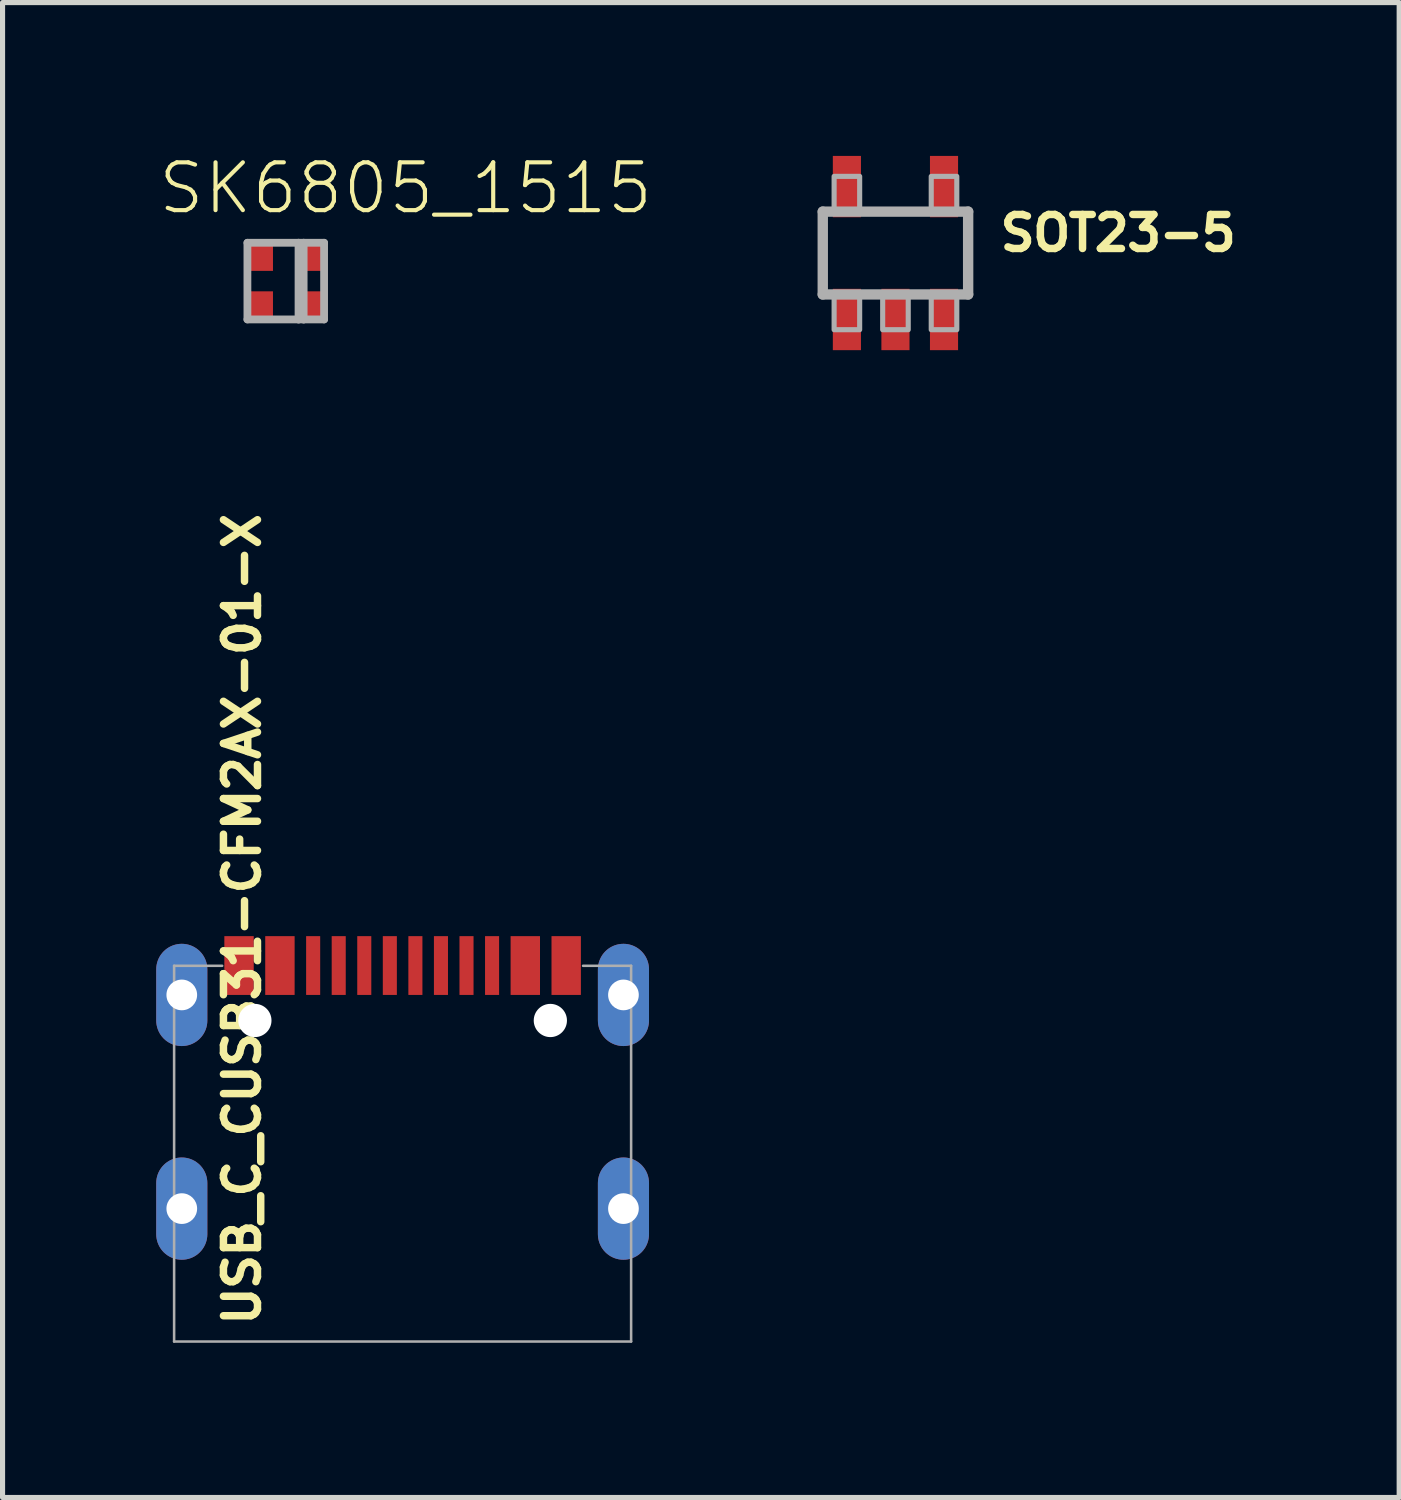
<source format=kicad_pcb>
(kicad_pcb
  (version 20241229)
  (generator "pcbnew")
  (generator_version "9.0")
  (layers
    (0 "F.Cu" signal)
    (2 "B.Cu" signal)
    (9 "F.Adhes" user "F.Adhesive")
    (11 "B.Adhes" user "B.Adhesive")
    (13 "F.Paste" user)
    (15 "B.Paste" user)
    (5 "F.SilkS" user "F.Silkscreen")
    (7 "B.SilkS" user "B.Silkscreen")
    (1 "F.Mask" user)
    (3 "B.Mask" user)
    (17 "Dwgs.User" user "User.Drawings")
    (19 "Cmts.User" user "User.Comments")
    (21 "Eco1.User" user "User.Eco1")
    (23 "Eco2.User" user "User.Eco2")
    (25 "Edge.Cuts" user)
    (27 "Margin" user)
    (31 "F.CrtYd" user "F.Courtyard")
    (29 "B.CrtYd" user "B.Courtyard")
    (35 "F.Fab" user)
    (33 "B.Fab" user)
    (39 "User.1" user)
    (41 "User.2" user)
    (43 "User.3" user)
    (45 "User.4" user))
  (footprint "SOT23-5"
    (layer "F.Cu")
    (at 14.467 1.9)
    (property "Reference" "SOT23-5" (at 1.978 0 0) (layer "F.SilkS") (effects (font (size 0.666 0.666) (thickness 0.146)) (justify left bottom)))
    (fp_line (start -1.65 -0.8) (end -1.65 0.8) (stroke (width 0.203) (type solid)) (layer "B.Paste"))
    (fp_line (start -0.4 -1.05) (end 0.4 -1.05) (stroke (width 0.203) (type solid)) (layer "B.Paste"))
    (fp_line (start 1.65 -0.8) (end 1.65 0.8) (stroke (width 0.203) (type solid)) (layer "B.Paste"))
    (fp_line (start -1.422 -0.81) (end 1.422 -0.81) (stroke (width 0.203) (type solid)) (layer "F.Fab"))
    (fp_line (start -1.422 0.81) (end -1.422 -0.81) (stroke (width 0.203) (type solid)) (layer "F.Fab"))
    (fp_line (start 1.422 -0.81) (end 1.422 0.81) (stroke (width 0.203) (type solid)) (layer "F.Fab"))
    (fp_line (start 1.422 0.81) (end -1.422 0.81) (stroke (width 0.203) (type solid)) (layer "F.Fab"))
    (fp_poly (pts (xy -1.2 -0.85) (xy -0.7 -0.85) (xy -0.7 -1.5) (xy -1.2 -1.5)) (stroke (width 0.1) (type default)) (fill no) (layer "F.Fab"))
    (fp_poly (pts (xy -1.2 1.5) (xy -0.7 1.5) (xy -0.7 0.85) (xy -1.2 0.85)) (stroke (width 0.1) (type default)) (fill no) (layer "F.Fab"))
    (fp_poly (pts (xy -0.25 1.5) (xy 0.25 1.5) (xy 0.25 0.85) (xy -0.25 0.85)) (stroke (width 0.1) (type default)) (fill no) (layer "F.Fab"))
    (fp_poly (pts (xy 0.7 -0.85) (xy 1.2 -0.85) (xy 1.2 -1.5) (xy 0.7 -1.5)) (stroke (width 0.1) (type default)) (fill no) (layer "F.Fab"))
    (fp_poly (pts (xy 0.7 1.5) (xy 1.2 1.5) (xy 1.2 0.85) (xy 0.7 0.85)) (stroke (width 0.1) (type default)) (fill no) (layer "F.Fab"))
    (pad "1" smd rect (at -0.95 1.3) (size 0.55 1.2) (layers "F.Cu" "F.Mask" "F.Paste"))
    (pad "2" smd rect (at 0 1.3) (size 0.55 1.2) (layers "F.Cu" "F.Mask" "F.Paste"))
    (pad "3" smd rect (at 0.95 1.3) (size 0.55 1.2) (layers "F.Cu" "F.Mask" "F.Paste"))
    (pad "4" smd rect (at 0.95 -1.3) (size 0.55 1.2) (layers "F.Cu" "F.Mask" "F.Paste"))
    (pad "5" smd rect (at -0.95 -1.3) (size 0.55 1.2) (layers "F.Cu" "F.Mask" "F.Paste")))
  (footprint "SK6805_1515"
    (layer "F.Cu")
    (at 2.54 2.449)
    (property "Reference" "SK6805_1515" (at -2.54 -1.27 0) (layer "F.SilkS") (effects (font (size 0.935 0.935) (thickness 0.081)) (justify left bottom)))
    (fp_line (start -0.8 -0.9) (end 0.8 -0.9) (stroke (width 0.152) (type solid)) (layer "B.Paste"))
    (fp_line (start -0.8 0.9) (end 0.8 0.9) (stroke (width 0.152) (type solid)) (layer "B.Paste"))
    (fp_line (start 0.7 0) (end 0.15 0) (stroke (width 0.152) (type solid)) (layer "B.Paste"))
    (fp_line (start -0.75 -0.75) (end 0.25 -0.75) (stroke (width 0.152) (type solid)) (layer "F.Fab"))
    (fp_line (start -0.75 0.75) (end -0.75 -0.75) (stroke (width 0.152) (type solid)) (layer "F.Fab"))
    (fp_line (start 0.25 -0.75) (end 0.25 0.75) (stroke (width 0.152) (type solid)) (layer "F.Fab"))
    (fp_line (start 0.25 0.75) (end -0.75 0.75) (stroke (width 0.152) (type solid)) (layer "F.Fab"))
    (fp_line (start 0.25 0.75) (end 0.35 0.75) (stroke (width 0.152) (type solid)) (layer "F.Fab"))
    (fp_line (start 0.35 -0.75) (end 0.25 -0.75) (stroke (width 0.152) (type solid)) (layer "F.Fab"))
    (fp_line (start 0.35 -0.75) (end 0.75 -0.75) (stroke (width 0.152) (type solid)) (layer "F.Fab"))
    (fp_line (start 0.35 0.75) (end 0.35 -0.75) (stroke (width 0.152) (type solid)) (layer "F.Fab"))
    (fp_line (start 0.75 -0.75) (end 0.75 0.75) (stroke (width 0.152) (type solid)) (layer "F.Fab"))
    (fp_line (start 0.75 0.75) (end 0.35 0.75) (stroke (width 0.152) (type solid)) (layer "F.Fab"))
    (pad "1" smd rect (at -0.5 0.45) (size 0.5 0.5) (layers "F.Cu" "F.Mask" "F.Paste"))
    (pad "2" smd rect (at 0.5 0.45) (size 0.5 0.5) (layers "F.Cu" "F.Mask" "F.Paste"))
    (pad "3" smd rect (at 0.5 -0.45) (size 0.5 0.5) (layers "F.Cu" "F.Mask" "F.Paste"))
    (pad "4" smd rect (at -0.5 -0.45) (size 0.5 0.5) (layers "F.Cu" "F.Mask" "F.Paste")))
  (footprint "USB_C_CUSB31-CFM2AX-01-X"
    (layer "F.Cu")
    (at 4.826 19.383)
    (property "Reference" "USB_C_CUSB31-CFM2AX-01-X" (at -2.75 3.56 90) (layer "F.SilkS") (effects (font (size 0.666 0.666) (thickness 0.146)) (justify left bottom)))
    (fp_poly (pts (xy -4.169 -3.939) (xy -4.034 -3.87) (xy -3.928 -3.763) (xy -3.835 -3.48) (xy -3.835 -2.464) (xy -3.859 -2.315) (xy -3.928 -2.18) (xy -4.034 -2.073) (xy -4.318 -1.981) (xy -4.449 -1.999) (xy -4.572 -2.049) (xy -4.677 -2.13) (xy -4.758 -2.235) (xy -4.826 -2.489) (xy -4.826 -3.454) (xy -4.809 -3.586) (xy -4.758 -3.708) (xy -4.677 -3.814) (xy -4.572 -3.894) (xy -4.318 -3.962)) (stroke (width 0) (type default)) (fill yes) (layer "F.Paste"))
    (fp_poly (pts (xy -4.156 0.24) (xy -4.022 0.308) (xy -3.915 0.415) (xy -3.823 0.699) (xy -3.823 1.714) (xy -3.846 1.864) (xy -3.915 1.998) (xy -4.022 2.105) (xy -4.305 2.197) (xy -4.437 2.18) (xy -4.559 2.129) (xy -4.665 2.048) (xy -4.745 1.943) (xy -4.813 1.689) (xy -4.813 0.724) (xy -4.796 0.592) (xy -4.745 0.47) (xy -4.665 0.365) (xy -4.559 0.284) (xy -4.305 0.216)) (stroke (width 0) (type default)) (fill yes) (layer "F.Paste"))
    (fp_poly (pts (xy 4.48 -3.951) (xy 4.614 -3.883) (xy 4.721 -3.776) (xy 4.813 -3.493) (xy 4.813 -2.477) (xy 4.79 -2.327) (xy 4.721 -2.193) (xy 4.614 -2.086) (xy 4.331 -1.994) (xy 4.199 -2.011) (xy 4.077 -2.062) (xy 3.971 -2.143) (xy 3.891 -2.248) (xy 3.823 -2.502) (xy 3.823 -3.467) (xy 3.84 -3.599) (xy 3.891 -3.721) (xy 3.971 -3.826) (xy 4.077 -3.907) (xy 4.331 -3.975)) (stroke (width 0) (type default)) (fill yes) (layer "F.Paste"))
    (fp_poly (pts (xy 4.48 0.24) (xy 4.614 0.308) (xy 4.721 0.415) (xy 4.813 0.699) (xy 4.813 1.714) (xy 4.79 1.864) (xy 4.721 1.998) (xy 4.614 2.105) (xy 4.331 2.197) (xy 4.199 2.18) (xy 4.077 2.129) (xy 3.971 2.048) (xy 3.891 1.943) (xy 3.823 1.689) (xy 3.823 0.724) (xy 3.84 0.592) (xy 3.891 0.47) (xy 3.971 0.365) (xy 4.077 0.284) (xy 4.331 0.216)) (stroke (width 0) (type default)) (fill yes) (layer "F.Paste"))
    (fp_line (start -4.47 -0.19) (end -4.47 -1.54) (stroke (width 0.102) (type solid)) (layer "B.Paste"))
    (fp_line (start -4.47 3.81) (end -4.47 2.46) (stroke (width 0.102) (type solid)) (layer "B.Paste"))
    (fp_line (start 4.47 -1.54) (end 4.47 -0.19) (stroke (width 0.102) (type solid)) (layer "B.Paste"))
    (fp_line (start 4.47 2.46) (end 4.47 3.81) (stroke (width 0.102) (type solid)) (layer "B.Paste"))
    (fp_line (start 4.47 3.81) (end -4.47 3.81) (stroke (width 0.102) (type solid)) (layer "B.Paste"))
    (fp_line (start -4.47 -3.54) (end -3.53 -3.54) (stroke (width 0.05) (type solid)) (layer "F.Fab"))
    (fp_line (start -4.47 3.81) (end -4.47 -3.54) (stroke (width 0.05) (type solid)) (layer "F.Fab"))
    (fp_line (start 3.53 -3.54) (end 4.47 -3.54) (stroke (width 0.05) (type solid)) (layer "F.Fab"))
    (fp_line (start 4.47 -3.54) (end 4.47 3.81) (stroke (width 0.05) (type solid)) (layer "F.Fab"))
    (fp_line (start 4.47 3.81) (end -4.47 3.81) (stroke (width 0.05) (type solid)) (layer "F.Fab"))
    (pad "" np_thru_hole circle (at -2.89 -2.47) (size 0.65 0.65) (drill 0.65) (layers "*.Cu" "*.Mask"))
    (pad "" np_thru_hole circle (at 2.89 -2.47) (size 0.65 0.65) (drill 0.65) (layers "*.Cu" "*.Mask"))
    (pad "A1B12" smd rect (at -3.2 -3.545) (size 0.575 1.15) (layers "F.Cu" "F.Mask" "F.Paste"))
    (pad "A4B9" smd rect (at -2.4 -3.545) (size 0.575 1.15) (layers "F.Cu" "F.Mask" "F.Paste"))
    (pad "A5" smd rect (at -1.25 -3.545) (size 0.275 1.15) (layers "F.Cu" "F.Mask" "F.Paste"))
    (pad "A6" smd rect (at -0.25 -3.545) (size 0.275 1.15) (layers "F.Cu" "F.Mask" "F.Paste"))
    (pad "A7" smd rect (at 0.25 -3.545) (size 0.275 1.15) (layers "F.Cu" "F.Mask" "F.Paste"))
    (pad "A8" smd rect (at 1.25 -3.545) (size 0.275 1.15) (layers "F.Cu" "F.Mask" "F.Paste"))
    (pad "B1A12" smd rect (at 3.2 -3.545) (size 0.575 1.15) (layers "F.Cu" "F.Mask" "F.Paste"))
    (pad "B4A9" smd rect (at 2.4 -3.545) (size 0.575 1.15) (layers "F.Cu" "F.Mask" "F.Paste"))
    (pad "B5" smd rect (at 1.75 -3.545) (size 0.275 1.15) (layers "F.Cu" "F.Mask" "F.Paste"))
    (pad "B6" smd rect (at 0.75 -3.545) (size 0.275 1.15) (layers "F.Cu" "F.Mask" "F.Paste"))
    (pad "B7" smd rect (at -0.75 -3.545) (size 0.275 1.15) (layers "F.Cu" "F.Mask" "F.Paste"))
    (pad "B8" smd rect (at -1.75 -3.545) (size 0.275 1.15) (layers "F.Cu" "F.Mask" "F.Paste"))
    (pad "M1" thru_hole oval (at -4.32 -2.97 90) (size 2 1) (drill 0.6) (layers "*.Cu" "*.Mask"))
    (pad "M2" thru_hole oval (at 4.32 -2.97 90) (size 2 1) (drill 0.6) (layers "*.Cu" "*.Mask"))
    (pad "M3" thru_hole oval (at -4.32 1.21 90) (size 2 1) (drill 0.6) (layers "*.Cu" "*.Mask"))
    (pad "M4" thru_hole oval (at 4.32 1.21 90) (size 2 1) (drill 0.6) (layers "*.Cu" "*.Mask"))
    (zone (net_name "") (layer "In1.Cu") (hatch edge 0.5) (connect_pads) (min_thickness 0.25) (filled_areas_thickness no) (keepout (tracks allowed) (vias allowed) (pads allowed) (copperpour not_allowed) (footprints allowed)) (placement (enabled no)) (fill) (polygon (pts (xy 0.076 15.433) (xy 0.926 15.433) (xy 0.926 17.383) (xy 0.076 17.383))))
    (zone (net_name "") (layer "In1.Cu") (hatch edge 0.5) (connect_pads) (min_thickness 0.25) (filled_areas_thickness no) (keepout (tracks allowed) (vias allowed) (pads allowed) (copperpour not_allowed) (footprints allowed)) (placement (enabled no)) (fill) (polygon (pts (xy 0.076 19.883) (xy 0.926 19.883) (xy 0.926 21.283) (xy 0.076 21.283))))
    (zone (net_name "") (layer "In1.Cu") (hatch edge 0.5) (connect_pads) (min_thickness 0.25) (filled_areas_thickness no) (keepout (tracks allowed) (vias allowed) (pads allowed) (copperpour not_allowed) (footprints allowed)) (placement (enabled no)) (fill) (polygon (pts (xy 8.726 15.433) (xy 9.576 15.433) (xy 9.576 17.383) (xy 8.726 17.383))))
    (zone (net_name "") (layer "In1.Cu") (hatch edge 0.5) (connect_pads) (min_thickness 0.25) (filled_areas_thickness no) (keepout (tracks allowed) (vias allowed) (pads allowed) (copperpour not_allowed) (footprints allowed)) (placement (enabled no)) (fill) (polygon (pts (xy 8.726 19.883) (xy 9.576 19.883) (xy 9.576 21.283) (xy 8.726 21.283))))
    (zone (net_name "") (layer "In2.Cu") (hatch edge 0.5) (connect_pads) (min_thickness 0.25) (filled_areas_thickness no) (keepout (tracks allowed) (vias allowed) (pads allowed) (copperpour not_allowed) (footprints allowed)) (placement (enabled no)) (fill) (polygon (pts (xy 0.076 15.433) (xy 0.926 15.433) (xy 0.926 17.383) (xy 0.076 17.383))))
    (zone (net_name "") (layer "In2.Cu") (hatch edge 0.5) (connect_pads) (min_thickness 0.25) (filled_areas_thickness no) (keepout (tracks allowed) (vias allowed) (pads allowed) (copperpour not_allowed) (footprints allowed)) (placement (enabled no)) (fill) (polygon (pts (xy 0.076 19.883) (xy 0.926 19.883) (xy 0.926 21.283) (xy 0.076 21.283))))
    (zone (net_name "") (layer "In2.Cu") (hatch edge 0.5) (connect_pads) (min_thickness 0.25) (filled_areas_thickness no) (keepout (tracks allowed) (vias allowed) (pads allowed) (copperpour not_allowed) (footprints allowed)) (placement (enabled no)) (fill) (polygon (pts (xy 8.726 15.433) (xy 9.576 15.433) (xy 9.576 17.383) (xy 8.726 17.383))))
    (zone (net_name "") (layer "In2.Cu") (hatch edge 0.5) (connect_pads) (min_thickness 0.25) (filled_areas_thickness no) (keepout (tracks allowed) (vias allowed) (pads allowed) (copperpour not_allowed) (footprints allowed)) (placement (enabled no)) (fill) (polygon (pts (xy 8.726 19.883) (xy 9.576 19.883) (xy 9.576 21.283) (xy 8.726 21.283)))))
  (gr_rect
    (start -3 -3)
    (end 24.321 26.244)
    (stroke (width 0.1) (type default))
    (fill no)
    (layer "Edge.Cuts")))
</source>
